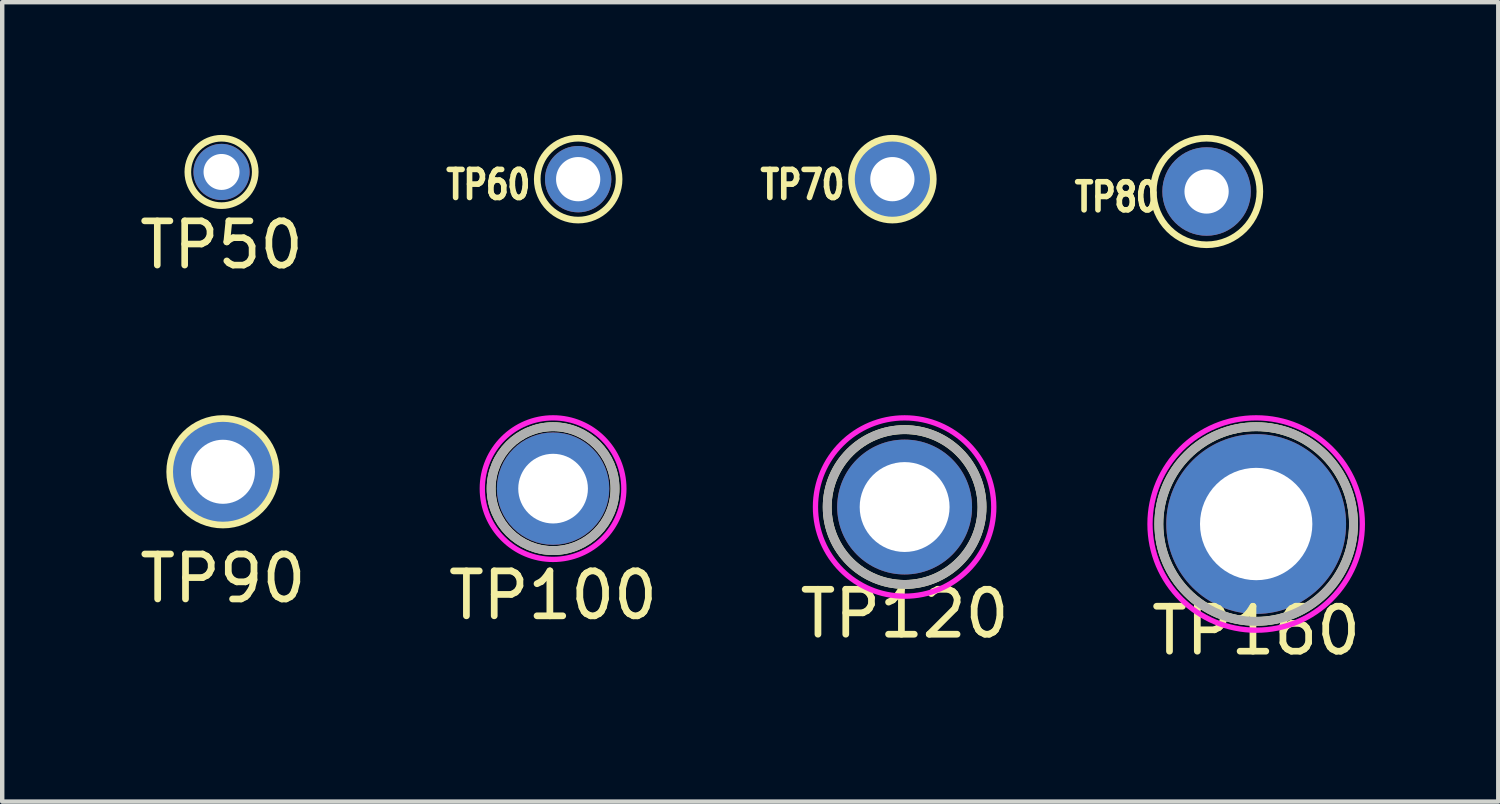
<source format=kicad_pcb>
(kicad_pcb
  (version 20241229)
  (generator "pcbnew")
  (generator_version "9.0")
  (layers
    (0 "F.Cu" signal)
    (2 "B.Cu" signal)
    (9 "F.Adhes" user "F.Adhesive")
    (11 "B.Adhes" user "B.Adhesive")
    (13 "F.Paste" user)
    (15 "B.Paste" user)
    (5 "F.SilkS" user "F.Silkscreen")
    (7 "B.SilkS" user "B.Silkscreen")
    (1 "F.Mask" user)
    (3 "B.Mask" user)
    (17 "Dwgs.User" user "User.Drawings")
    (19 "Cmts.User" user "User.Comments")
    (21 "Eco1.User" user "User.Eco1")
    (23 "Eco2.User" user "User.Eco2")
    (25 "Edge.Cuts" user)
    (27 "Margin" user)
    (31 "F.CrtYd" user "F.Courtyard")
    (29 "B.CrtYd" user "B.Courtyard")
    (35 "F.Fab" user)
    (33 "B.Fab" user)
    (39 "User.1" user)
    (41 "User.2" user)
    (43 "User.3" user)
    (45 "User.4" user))
  (footprint "TP50"
    (layer "F.Cu")
    (at 1.958 0.837)
    (property "Reference" "TP50" (at 0 1.651 0) (layer "F.SilkS") (effects (font (size 1 1) (thickness 0.15))))
    (attr through_hole)
    (fp_circle (center 0 0) (end 0 -0.762) (stroke (width 0.15) (type solid)) (fill no) (layer "F.SilkS"))
    (pad "1" thru_hole circle (at 0 0) (size 1.27 1.27) (drill 0.813) (layers "*.Cu" "*.Mask")))
  (footprint "TP100"
    (layer "F.Cu")
    (at 9.453 7.996)
    (property "Reference" "TP100" (at 0 2.413 0) (layer "F.SilkS") (effects (font (size 1.016 1.016) (thickness 0.152))))
    (attr through_hole)
    (fp_circle (center 0 0) (end 1.4 0) (stroke (width 0.2) (type solid)) (fill no) (layer "F.SilkS"))
    (fp_circle (center 0 0) (end 1.6 0) (stroke (width 0.12) (type solid)) (fill no) (layer "F.CrtYd"))
    (fp_circle (center 0 0) (end 1.4 0) (stroke (width 0.2) (type solid)) (fill no) (layer "F.Fab"))
    (pad "1" thru_hole circle (at 0 0) (size 2.54 2.54) (drill 1.575) (layers "*.Cu" "*.Mask")))
  (footprint "TP60"
    (layer "F.Cu")
    (at 10.02 1)
    (property "Reference" "TP60" (at -2.032 0.127 0) (layer "F.SilkS") (effects (font (size 0.635 0.508) (thickness 0.127))))
    (attr through_hole)
    (fp_circle (center 0 0) (end -0.025 -0.925) (stroke (width 0.15) (type solid)) (fill no) (layer "F.SilkS"))
    (pad "1" thru_hole circle (at 0 0) (size 1.5 1.5) (drill 1) (layers "*.Cu" "*.Mask")))
  (footprint "TP70"
    (layer "F.Cu")
    (at 17.123 1)
    (property "Reference" "TP70" (at -2.032 0.127 0) (layer "F.SilkS") (effects (font (size 0.635 0.508) (thickness 0.127))))
    (attr through_hole)
    (fp_circle (center 0 0) (end -0.025 -0.925) (stroke (width 0.15) (type solid)) (fill no) (layer "F.SilkS"))
    (pad "1" thru_hole circle (at 0 0) (size 1.778 1.778) (drill 1) (layers "*.Cu" "*.Mask")))
  (footprint "TP160"
    (layer "F.Cu")
    (at 25.347 8.796)
    (property "Reference" "TP160" (at 0 2.413 0) (layer "F.SilkS") (effects (font (size 1.016 1.016) (thickness 0.152))))
    (attr through_hole)
    (fp_circle (center 0 0) (end 2.2 0) (stroke (width 0.2) (type solid)) (fill no) (layer "F.SilkS"))
    (fp_circle (center 0 0) (end 2.4 0) (stroke (width 0.12) (type solid)) (fill no) (layer "F.CrtYd"))
    (fp_circle (center 0 0) (end 2.2 0) (stroke (width 0.2) (type solid)) (fill no) (layer "F.Fab"))
    (pad "1" thru_hole circle (at 0 0) (size 4.064 4.064) (drill 2.54) (layers "*.Cu" "*.Mask")))
  (footprint "TP90"
    (layer "F.Cu")
    (at 1.99 7.615)
    (property "Reference" "TP90" (at 0 2.413 0) (layer "F.SilkS") (effects (font (size 1.016 1.016) (thickness 0.152))))
    (attr through_hole)
    (fp_circle (center 0 0) (end 0.1 -1.2) (stroke (width 0.15) (type solid)) (fill no) (layer "F.SilkS"))
    (pad "1" thru_hole circle (at 0 0) (size 2.286 2.286) (drill 1.448) (layers "*.Cu" "*.Mask")))
  (footprint "TP80"
    (layer "F.Cu")
    (at 24.226 1.279)
    (property "Reference" "TP80" (at -2.032 0.127 0) (layer "F.SilkS") (effects (font (size 0.635 0.508) (thickness 0.127))))
    (attr through_hole)
    (fp_circle (center 0 0) (end 0.1 -1.2) (stroke (width 0.15) (type solid)) (fill no) (layer "F.SilkS"))
    (pad "1" thru_hole circle (at 0 0) (size 2 2) (drill 1) (layers "*.Cu" "*.Mask")))
  (footprint "TP120"
    (layer "F.Cu")
    (at 17.4 8.412)
    (property "Reference" "TP120" (at 0 2.413 0) (layer "F.SilkS") (effects (font (size 1.016 1.016) (thickness 0.152))))
    (attr through_hole)
    (fp_circle (center 0 0) (end 1.75 0) (stroke (width 0.2) (type solid)) (fill no) (layer "F.SilkS"))
    (fp_circle (center 0 0) (end 2 0.25) (stroke (width 0.12) (type solid)) (fill no) (layer "F.CrtYd"))
    (fp_circle (center 0 0) (end 1.75 0) (stroke (width 0.2) (type solid)) (fill no) (layer "F.Fab"))
    (pad "1" thru_hole circle (at 0 0) (size 3.048 3.048) (drill 2.032) (layers "*.Cu" "*.Mask")))
  (gr_rect
    (start -3 -3)
    (end 30.82 15.071)
    (stroke (width 0.1) (type default))
    (fill no)
    (layer "Edge.Cuts")))
</source>
